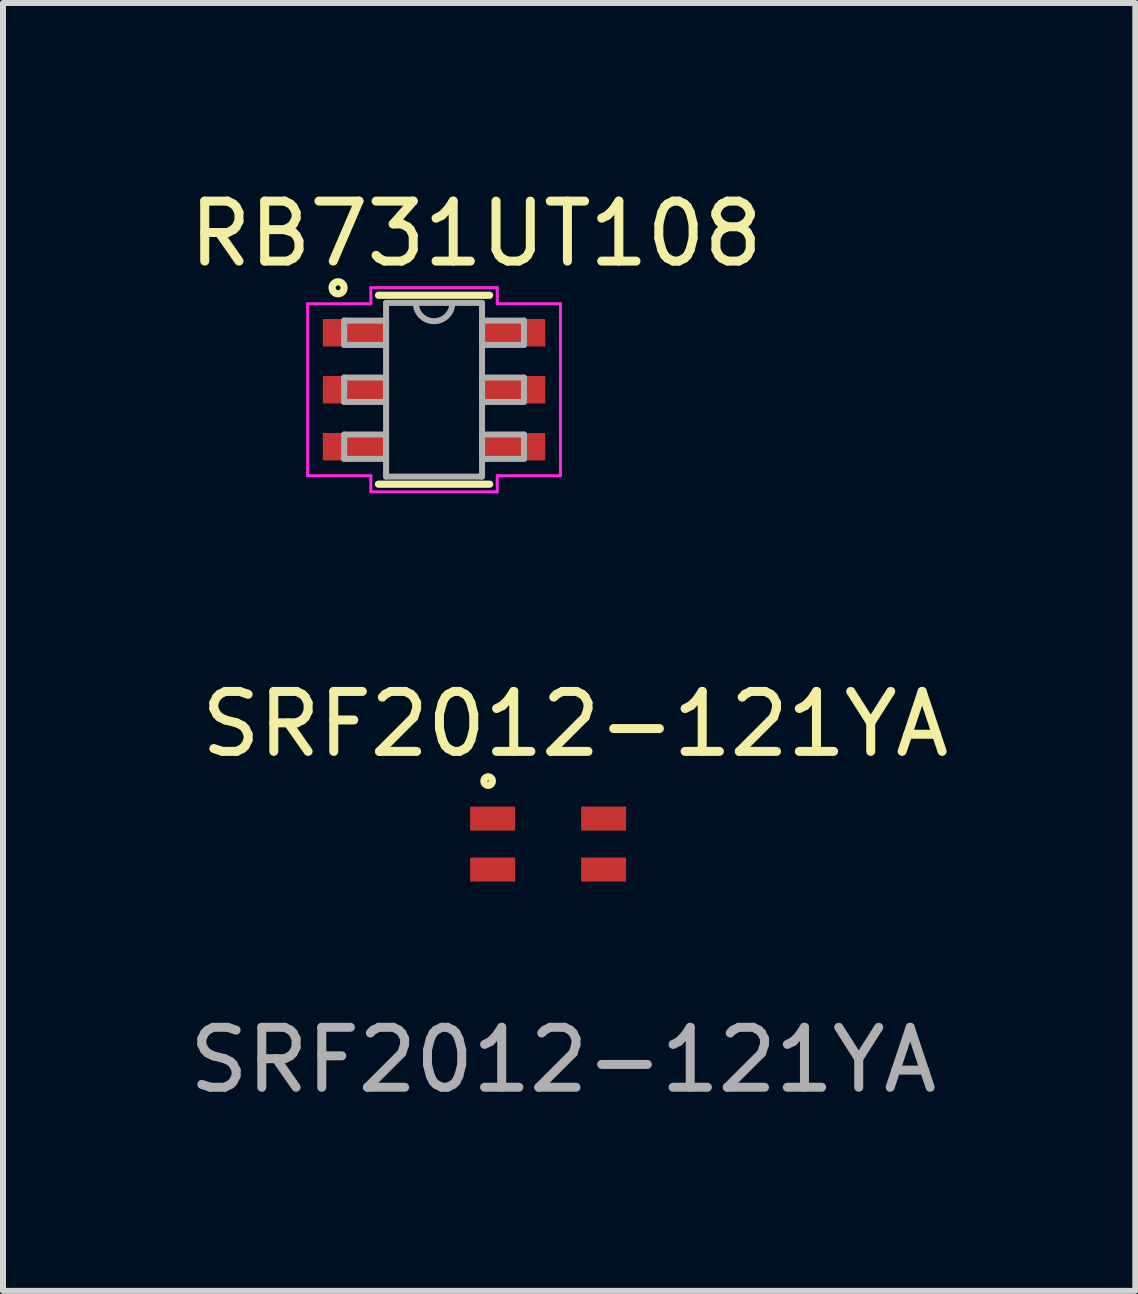
<source format=kicad_pcb>
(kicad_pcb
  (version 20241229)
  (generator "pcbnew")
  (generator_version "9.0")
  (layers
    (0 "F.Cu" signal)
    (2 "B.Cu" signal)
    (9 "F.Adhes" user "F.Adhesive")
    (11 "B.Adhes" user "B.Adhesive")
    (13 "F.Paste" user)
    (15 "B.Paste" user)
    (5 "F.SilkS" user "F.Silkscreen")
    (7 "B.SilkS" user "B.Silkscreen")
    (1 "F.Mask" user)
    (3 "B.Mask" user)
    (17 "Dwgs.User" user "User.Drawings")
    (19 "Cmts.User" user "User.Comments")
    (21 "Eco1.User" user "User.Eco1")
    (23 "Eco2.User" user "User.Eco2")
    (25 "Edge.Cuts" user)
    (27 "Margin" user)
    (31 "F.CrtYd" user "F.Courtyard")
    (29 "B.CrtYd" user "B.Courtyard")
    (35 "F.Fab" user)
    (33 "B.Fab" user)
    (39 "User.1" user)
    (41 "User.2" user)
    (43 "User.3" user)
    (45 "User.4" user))
  (footprint "RB731UT108"
    (layer "F.Cu")
    (at 4.187 3.448)
    (property "Reference" "RB731UT108" (at 0.7 -2.6 0) (layer "F.SilkS") (effects (font (size 1 1) (thickness 0.15))))
    (attr through_hole)
    (fp_line (start -0.927 1.575) (end 0.927 1.575) (stroke (width 0.12) (type solid)) (layer "F.SilkS"))
    (fp_line (start 0.927 -1.575) (end -0.927 -1.575) (stroke (width 0.12) (type solid)) (layer "F.SilkS"))
    (fp_circle (center -1.6 -1.7) (end -1.6 -1.8) (stroke (width 0.12) (type solid)) (fill no) (layer "F.SilkS"))
    (fp_line (start -2.108 -1.433) (end -1.054 -1.433) (stroke (width 0.05) (type solid)) (layer "F.CrtYd"))
    (fp_line (start -2.108 1.433) (end -2.108 -1.433) (stroke (width 0.05) (type solid)) (layer "F.CrtYd"))
    (fp_line (start -1.054 -1.702) (end 1.054 -1.702) (stroke (width 0.05) (type solid)) (layer "F.CrtYd"))
    (fp_line (start -1.054 -1.433) (end -1.054 -1.702) (stroke (width 0.05) (type solid)) (layer "F.CrtYd"))
    (fp_line (start -1.054 1.433) (end -2.108 1.433) (stroke (width 0.05) (type solid)) (layer "F.CrtYd"))
    (fp_line (start -1.054 1.702) (end -1.054 1.433) (stroke (width 0.05) (type solid)) (layer "F.CrtYd"))
    (fp_line (start 1.054 -1.702) (end 1.054 -1.433) (stroke (width 0.05) (type solid)) (layer "F.CrtYd"))
    (fp_line (start 1.054 -1.433) (end 2.108 -1.433) (stroke (width 0.05) (type solid)) (layer "F.CrtYd"))
    (fp_line (start 1.054 1.433) (end 1.054 1.702) (stroke (width 0.05) (type solid)) (layer "F.CrtYd"))
    (fp_line (start 1.054 1.702) (end -1.054 1.702) (stroke (width 0.05) (type solid)) (layer "F.CrtYd"))
    (fp_line (start 2.108 -1.433) (end 2.108 1.433) (stroke (width 0.05) (type solid)) (layer "F.CrtYd"))
    (fp_line (start 2.108 1.433) (end 1.054 1.433) (stroke (width 0.05) (type solid)) (layer "F.CrtYd"))
    (fp_line (start -1.499 -1.153) (end -1.499 -0.747) (stroke (width 0.1) (type solid)) (layer "F.Fab"))
    (fp_line (start -1.499 -0.747) (end -0.8 -0.747) (stroke (width 0.1) (type solid)) (layer "F.Fab"))
    (fp_line (start -1.499 -0.203) (end -1.499 0.203) (stroke (width 0.1) (type solid)) (layer "F.Fab"))
    (fp_line (start -1.499 0.203) (end -0.8 0.203) (stroke (width 0.1) (type solid)) (layer "F.Fab"))
    (fp_line (start -1.499 0.747) (end -1.499 1.153) (stroke (width 0.1) (type solid)) (layer "F.Fab"))
    (fp_line (start -1.499 1.153) (end -0.8 1.153) (stroke (width 0.1) (type solid)) (layer "F.Fab"))
    (fp_line (start -0.8 -1.448) (end -0.8 1.448) (stroke (width 0.1) (type solid)) (layer "F.Fab"))
    (fp_line (start -0.8 -1.153) (end -1.499 -1.153) (stroke (width 0.1) (type solid)) (layer "F.Fab"))
    (fp_line (start -0.8 -0.747) (end -0.8 -1.153) (stroke (width 0.1) (type solid)) (layer "F.Fab"))
    (fp_line (start -0.8 -0.203) (end -1.499 -0.203) (stroke (width 0.1) (type solid)) (layer "F.Fab"))
    (fp_line (start -0.8 0.203) (end -0.8 -0.203) (stroke (width 0.1) (type solid)) (layer "F.Fab"))
    (fp_line (start -0.8 0.747) (end -1.499 0.747) (stroke (width 0.1) (type solid)) (layer "F.Fab"))
    (fp_line (start -0.8 1.153) (end -0.8 0.747) (stroke (width 0.1) (type solid)) (layer "F.Fab"))
    (fp_line (start -0.8 1.448) (end 0.8 1.448) (stroke (width 0.1) (type solid)) (layer "F.Fab"))
    (fp_line (start 0.8 -1.448) (end -0.8 -1.448) (stroke (width 0.1) (type solid)) (layer "F.Fab"))
    (fp_line (start 0.8 -1.153) (end 0.8 -0.747) (stroke (width 0.1) (type solid)) (layer "F.Fab"))
    (fp_line (start 0.8 -0.747) (end 1.499 -0.747) (stroke (width 0.1) (type solid)) (layer "F.Fab"))
    (fp_line (start 0.8 -0.203) (end 0.8 0.203) (stroke (width 0.1) (type solid)) (layer "F.Fab"))
    (fp_line (start 0.8 0.203) (end 1.499 0.203) (stroke (width 0.1) (type solid)) (layer "F.Fab"))
    (fp_line (start 0.8 0.747) (end 0.8 1.153) (stroke (width 0.1) (type solid)) (layer "F.Fab"))
    (fp_line (start 0.8 1.153) (end 1.499 1.153) (stroke (width 0.1) (type solid)) (layer "F.Fab"))
    (fp_line (start 0.8 1.448) (end 0.8 -1.448) (stroke (width 0.1) (type solid)) (layer "F.Fab"))
    (fp_line (start 1.499 -1.153) (end 0.8 -1.153) (stroke (width 0.1) (type solid)) (layer "F.Fab"))
    (fp_line (start 1.499 -0.747) (end 1.499 -1.153) (stroke (width 0.1) (type solid)) (layer "F.Fab"))
    (fp_line (start 1.499 -0.203) (end 0.8 -0.203) (stroke (width 0.1) (type solid)) (layer "F.Fab"))
    (fp_line (start 1.499 0.203) (end 1.499 -0.203) (stroke (width 0.1) (type solid)) (layer "F.Fab"))
    (fp_line (start 1.499 0.747) (end 0.8 0.747) (stroke (width 0.1) (type solid)) (layer "F.Fab"))
    (fp_line (start 1.499 1.153) (end 1.499 0.747) (stroke (width 0.1) (type solid)) (layer "F.Fab"))
    (fp_arc (start 0.3048 -1.4478) (mid 0 -1.143) (end -0.3048 -1.4478) (stroke (width 0.1) (type solid)) (layer "F.Fab"))
    (pad "1" smd rect (at -1.327 -0.95) (size 1.054 0.457) (layers "F.Cu" "F.Mask" "F.Paste"))
    (pad "2" smd rect (at -1.327 0) (size 1.054 0.457) (layers "F.Cu" "F.Mask" "F.Paste"))
    (pad "3" smd rect (at -1.327 0.95) (size 1.054 0.457) (layers "F.Cu" "F.Mask" "F.Paste"))
    (pad "4" smd rect (at 1.327 0.95) (size 1.054 0.457) (layers "F.Cu" "F.Mask" "F.Paste"))
    (pad "5" smd rect (at 1.327 0) (size 1.054 0.457) (layers "F.Cu" "F.Mask" "F.Paste"))
    (pad "6" smd rect (at 1.327 -0.95) (size 1.054 0.457) (layers "F.Cu" "F.Mask" "F.Paste")))
  (footprint "SRF2012-121YA"
    (layer "F.Cu")
    (at 6.089 11.023)
    (property "Reference" "SRF2012-121YA" (at 0.45 -2 0) (unlocked yes) (layer "F.SilkS") (effects (font (size 1 1) (thickness 0.15))))
    (attr smd)
    (fp_circle (center -1 -1.05) (end -0.95 -1) (stroke (width 0.12) (type solid)) (fill no) (layer "F.SilkS"))
    (fp_text user "${REFERENCE}" (at 0.25 3.6 0) (unlocked yes) (layer "F.Fab") (effects (font (size 1 1) (thickness 0.15))))
    (pad "1" smd rect (at -0.925 -0.425) (size 0.75 0.4) (layers "F.Cu" "F.Mask" "F.Paste"))
    (pad "2" smd rect (at 0.925 -0.425) (size 0.75 0.4) (layers "F.Cu" "F.Mask" "F.Paste"))
    (pad "3" smd rect (at 0.925 0.425) (size 0.75 0.4) (layers "F.Cu" "F.Mask" "F.Paste"))
    (pad "4" smd rect (at -0.925 0.425) (size 0.75 0.4) (layers "F.Cu" "F.Mask" "F.Paste"))
    (zone (net_name "") (layer "F.SilkS") (hatch none 0.508) (connect_pads) (min_thickness 0.254) (filled_areas_thickness no) (keepout (tracks allowed) (vias allowed) (pads allowed) (copperpour allowed) (footprints not_allowed)) (placement (enabled no)) (fill) (polygon (pts (xy 7.489 11.773) (xy 4.689 11.773) (xy 4.689 10.273) (xy 7.489 10.273)))))
  (gr_rect
    (start -3 -3)
    (end 15.879 18.472)
    (stroke (width 0.1) (type default))
    (fill no)
    (layer "Edge.Cuts")))
</source>
